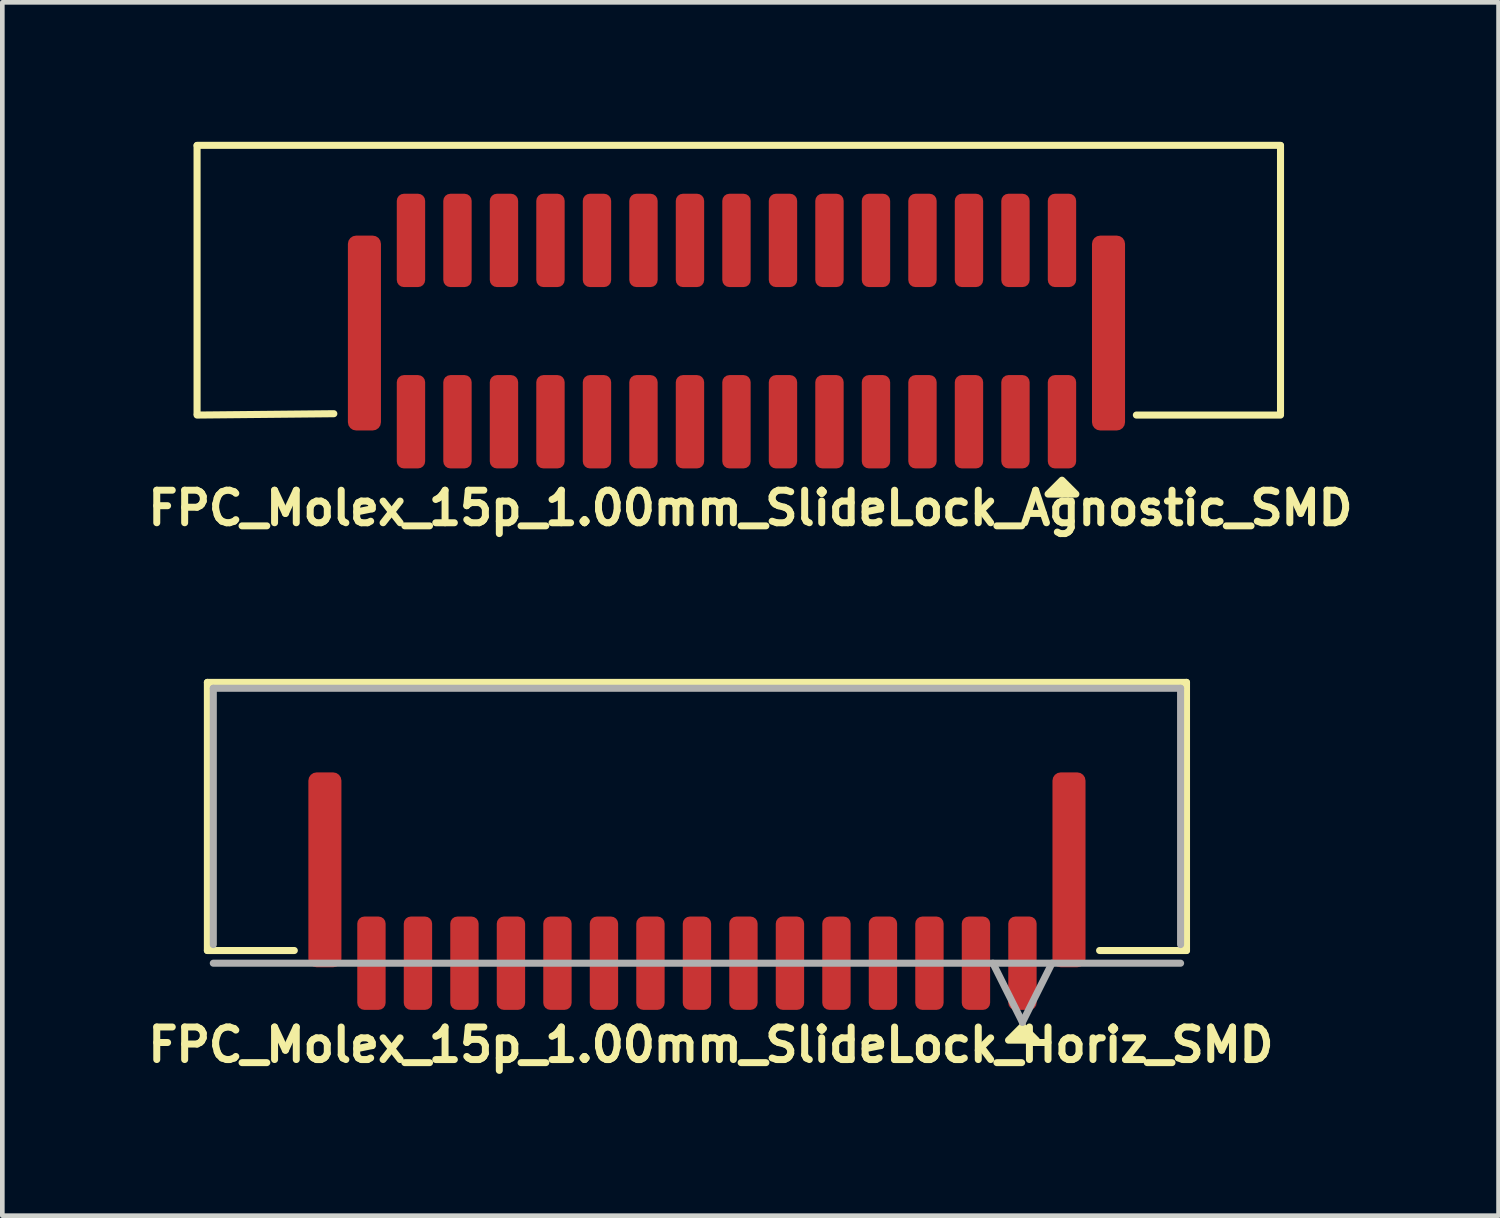
<source format=kicad_pcb>
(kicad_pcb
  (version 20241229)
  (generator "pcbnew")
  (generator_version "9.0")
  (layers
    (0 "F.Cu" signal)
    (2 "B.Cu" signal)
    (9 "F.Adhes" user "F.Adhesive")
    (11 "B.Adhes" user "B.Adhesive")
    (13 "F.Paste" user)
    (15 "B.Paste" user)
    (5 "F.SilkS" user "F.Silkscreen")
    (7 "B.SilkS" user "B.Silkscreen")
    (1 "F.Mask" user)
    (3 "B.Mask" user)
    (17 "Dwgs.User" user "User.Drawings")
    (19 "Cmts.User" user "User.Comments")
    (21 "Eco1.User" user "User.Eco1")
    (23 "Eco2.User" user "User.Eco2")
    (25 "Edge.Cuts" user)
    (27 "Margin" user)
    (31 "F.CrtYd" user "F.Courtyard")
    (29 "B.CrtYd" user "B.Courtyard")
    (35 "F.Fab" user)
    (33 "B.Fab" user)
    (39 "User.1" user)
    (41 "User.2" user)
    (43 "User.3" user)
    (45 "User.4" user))
  (footprint "FPC_Molex_15p_1.00mm_SlideLock_Horiz_SMD"
    (layer "F.Cu")
    (at 11.938 15.12)
    (property "Reference" "FPC_Molex_15p_1.00mm_SlideLock_Horiz_SMD" (at 0.3 4.3 0) (layer "F.SilkS") (effects (font (size 0.7 0.7) (thickness 0.15))))
    (attr smd)
    (fp_line (start -10.528 -3.495) (end -10.528 2.271) (stroke (width 0.152) (type solid)) (layer "F.SilkS"))
    (fp_line (start -10.528 2.271) (end -8.659 2.271) (stroke (width 0.152) (type solid)) (layer "F.SilkS"))
    (fp_line (start 8.659 2.271) (end 10.528 2.271) (stroke (width 0.152) (type solid)) (layer "F.SilkS"))
    (fp_line (start 10.528 -3.495) (end -10.528 -3.495) (stroke (width 0.152) (type solid)) (layer "F.SilkS"))
    (fp_line (start 10.528 2.271) (end 10.528 -3.495) (stroke (width 0.152) (type solid)) (layer "F.SilkS"))
    (fp_poly (pts (xy 7 3.9) (xy 6.7 4.2) (xy 7.3 4.2)) (stroke (width 0.15) (type solid)) (fill yes) (layer "F.SilkS"))
    (fp_line (start -10.401 -3.368) (end -10.401 2.144) (stroke (width 0.152) (type solid)) (layer "F.Fab"))
    (fp_line (start -10.401 2.544) (end 10.401 2.544) (stroke (width 0.152) (type solid)) (layer "F.Fab"))
    (fp_line (start 6.365 2.544) (end 7 3.814) (stroke (width 0.152) (type solid)) (layer "F.Fab"))
    (fp_line (start 7.635 2.544) (end 7 3.814) (stroke (width 0.152) (type solid)) (layer "F.Fab"))
    (fp_line (start 10.401 -3.368) (end -10.401 -3.368) (stroke (width 0.152) (type solid)) (layer "F.Fab"))
    (fp_line (start 10.401 2.144) (end 10.401 -3.368) (stroke (width 0.152) (type solid)) (layer "F.Fab"))
    (pad "1" smd roundrect (at 7 2.544 90) (size 2.007 0.61) (layers "F.Cu" "F.Mask" "F.Paste") (roundrect_rratio 0.25))
    (pad "2" smd roundrect (at 6 2.544 90) (size 2.007 0.61) (layers "F.Cu" "F.Mask" "F.Paste") (roundrect_rratio 0.25))
    (pad "3" smd roundrect (at 5 2.544 90) (size 2.007 0.61) (layers "F.Cu" "F.Mask" "F.Paste") (roundrect_rratio 0.25))
    (pad "4" smd roundrect (at 4 2.544 90) (size 2.007 0.61) (layers "F.Cu" "F.Mask" "F.Paste") (roundrect_rratio 0.25))
    (pad "5" smd roundrect (at 3 2.544 90) (size 2.007 0.61) (layers "F.Cu" "F.Mask" "F.Paste") (roundrect_rratio 0.25))
    (pad "6" smd roundrect (at 2 2.544 90) (size 2.007 0.61) (layers "F.Cu" "F.Mask" "F.Paste") (roundrect_rratio 0.25))
    (pad "7" smd roundrect (at 1 2.544 90) (size 2.007 0.61) (layers "F.Cu" "F.Mask" "F.Paste") (roundrect_rratio 0.25))
    (pad "8" smd roundrect (at 0 2.544 90) (size 2.007 0.61) (layers "F.Cu" "F.Mask" "F.Paste") (roundrect_rratio 0.25))
    (pad "9" smd roundrect (at -1 2.544 90) (size 2.007 0.61) (layers "F.Cu" "F.Mask" "F.Paste") (roundrect_rratio 0.25))
    (pad "10" smd roundrect (at -2 2.544 90) (size 2.007 0.61) (layers "F.Cu" "F.Mask" "F.Paste") (roundrect_rratio 0.25))
    (pad "11" smd roundrect (at -3 2.544 90) (size 2.007 0.61) (layers "F.Cu" "F.Mask" "F.Paste") (roundrect_rratio 0.25))
    (pad "12" smd roundrect (at -4 2.544 90) (size 2.007 0.61) (layers "F.Cu" "F.Mask" "F.Paste") (roundrect_rratio 0.25))
    (pad "13" smd roundrect (at -5 2.544 90) (size 2.007 0.61) (layers "F.Cu" "F.Mask" "F.Paste") (roundrect_rratio 0.25))
    (pad "14" smd roundrect (at -6 2.544 90) (size 2.007 0.61) (layers "F.Cu" "F.Mask" "F.Paste") (roundrect_rratio 0.25))
    (pad "15" smd roundrect (at -7 2.544 90) (size 2.007 0.61) (layers "F.Cu" "F.Mask" "F.Paste") (roundrect_rratio 0.25))
    (pad "16" smd roundrect (at -8.001 0.536) (size 0.711 4.191) (layers "F.Cu" "F.Mask" "F.Paste") (roundrect_rratio 0.25))
    (pad "16" smd roundrect (at 8.001 0.536) (size 0.711 4.191) (layers "F.Cu" "F.Mask" "F.Paste") (roundrect_rratio 0.25)))
  (footprint "FPC_Molex_15p_1.00mm_SlideLock_Agnostic_SMD"
    (layer "F.Cu")
    (at 12.788 3.576)
    (property "Reference" "FPC_Molex_15p_1.00mm_SlideLock_Agnostic_SMD" (at 0.3 4.3 0) (layer "F.SilkS") (effects (font (size 0.7 0.7) (thickness 0.15))))
    (attr smd)
    (fp_line (start -11.6 -3.495) (end -11.6 2.271) (stroke (width 0.152) (type solid)) (layer "F.SilkS"))
    (fp_line (start -11.6 2.3) (end -8.659 2.271) (stroke (width 0.152) (type solid)) (layer "F.SilkS"))
    (fp_line (start 8.6 2.3) (end 11.7 2.3) (stroke (width 0.152) (type solid)) (layer "F.SilkS"))
    (fp_line (start 11.7 -3.5) (end -11.6 -3.5) (stroke (width 0.152) (type solid)) (layer "F.SilkS"))
    (fp_line (start 11.7 2.271) (end 11.7 -3.495) (stroke (width 0.152) (type solid)) (layer "F.SilkS"))
    (fp_poly (pts (xy 7 3.7) (xy 6.7 4) (xy 7.3 4)) (stroke (width 0.15) (type solid)) (fill yes) (layer "F.SilkS"))
    (pad "1" smd roundrect (at 7 -1.456 90) (size 2.007 0.61) (layers "F.Cu" "F.Mask" "F.Paste") (roundrect_rratio 0.25))
    (pad "1" smd roundrect (at 7 2.444 90) (size 2.007 0.61) (layers "F.Cu" "F.Mask" "F.Paste") (roundrect_rratio 0.25))
    (pad "2" smd roundrect (at 6 -1.456 90) (size 2.007 0.61) (layers "F.Cu" "F.Mask" "F.Paste") (roundrect_rratio 0.25))
    (pad "2" smd roundrect (at 6 2.444 90) (size 2.007 0.61) (layers "F.Cu" "F.Mask" "F.Paste") (roundrect_rratio 0.25))
    (pad "3" smd roundrect (at 5 -1.456 90) (size 2.007 0.61) (layers "F.Cu" "F.Mask" "F.Paste") (roundrect_rratio 0.25))
    (pad "3" smd roundrect (at 5 2.444 90) (size 2.007 0.61) (layers "F.Cu" "F.Mask" "F.Paste") (roundrect_rratio 0.25))
    (pad "4" smd roundrect (at 4 -1.456 90) (size 2.007 0.61) (layers "F.Cu" "F.Mask" "F.Paste") (roundrect_rratio 0.25))
    (pad "4" smd roundrect (at 4 2.444 90) (size 2.007 0.61) (layers "F.Cu" "F.Mask" "F.Paste") (roundrect_rratio 0.25))
    (pad "5" smd roundrect (at 3 -1.456 90) (size 2.007 0.61) (layers "F.Cu" "F.Mask" "F.Paste") (roundrect_rratio 0.25))
    (pad "5" smd roundrect (at 3 2.444 90) (size 2.007 0.61) (layers "F.Cu" "F.Mask" "F.Paste") (roundrect_rratio 0.25))
    (pad "6" smd roundrect (at 2 -1.456 90) (size 2.007 0.61) (layers "F.Cu" "F.Mask" "F.Paste") (roundrect_rratio 0.25))
    (pad "6" smd roundrect (at 2 2.444 90) (size 2.007 0.61) (layers "F.Cu" "F.Mask" "F.Paste") (roundrect_rratio 0.25))
    (pad "7" smd roundrect (at 1 -1.456 90) (size 2.007 0.61) (layers "F.Cu" "F.Mask" "F.Paste") (roundrect_rratio 0.25))
    (pad "7" smd roundrect (at 1 2.444 90) (size 2.007 0.61) (layers "F.Cu" "F.Mask" "F.Paste") (roundrect_rratio 0.25))
    (pad "8" smd roundrect (at 0 -1.456 90) (size 2.007 0.61) (layers "F.Cu" "F.Mask" "F.Paste") (roundrect_rratio 0.25))
    (pad "8" smd roundrect (at 0 2.444 90) (size 2.007 0.61) (layers "F.Cu" "F.Mask" "F.Paste") (roundrect_rratio 0.25))
    (pad "9" smd roundrect (at -1 -1.456 90) (size 2.007 0.61) (layers "F.Cu" "F.Mask" "F.Paste") (roundrect_rratio 0.25))
    (pad "9" smd roundrect (at -1 2.444 90) (size 2.007 0.61) (layers "F.Cu" "F.Mask" "F.Paste") (roundrect_rratio 0.25))
    (pad "10" smd roundrect (at -2 -1.456 90) (size 2.007 0.61) (layers "F.Cu" "F.Mask" "F.Paste") (roundrect_rratio 0.25))
    (pad "10" smd roundrect (at -2 2.444 90) (size 2.007 0.61) (layers "F.Cu" "F.Mask" "F.Paste") (roundrect_rratio 0.25))
    (pad "11" smd roundrect (at -3 -1.456 90) (size 2.007 0.61) (layers "F.Cu" "F.Mask" "F.Paste") (roundrect_rratio 0.25))
    (pad "11" smd roundrect (at -3 2.444 90) (size 2.007 0.61) (layers "F.Cu" "F.Mask" "F.Paste") (roundrect_rratio 0.25))
    (pad "12" smd roundrect (at -4 -1.456 90) (size 2.007 0.61) (layers "F.Cu" "F.Mask" "F.Paste") (roundrect_rratio 0.25))
    (pad "12" smd roundrect (at -4 2.444 90) (size 2.007 0.61) (layers "F.Cu" "F.Mask" "F.Paste") (roundrect_rratio 0.25))
    (pad "13" smd roundrect (at -5 -1.456 90) (size 2.007 0.61) (layers "F.Cu" "F.Mask" "F.Paste") (roundrect_rratio 0.25))
    (pad "13" smd roundrect (at -5 2.444 90) (size 2.007 0.61) (layers "F.Cu" "F.Mask" "F.Paste") (roundrect_rratio 0.25))
    (pad "14" smd roundrect (at -6 -1.456 90) (size 2.007 0.61) (layers "F.Cu" "F.Mask" "F.Paste") (roundrect_rratio 0.25))
    (pad "14" smd roundrect (at -6 2.444 90) (size 2.007 0.61) (layers "F.Cu" "F.Mask" "F.Paste") (roundrect_rratio 0.25))
    (pad "15" smd roundrect (at -7 -1.456 90) (size 2.007 0.61) (layers "F.Cu" "F.Mask" "F.Paste") (roundrect_rratio 0.25))
    (pad "15" smd roundrect (at -7 2.444 90) (size 2.007 0.61) (layers "F.Cu" "F.Mask" "F.Paste") (roundrect_rratio 0.25))
    (pad "16" smd roundrect (at -8.001 0.536) (size 0.711 4.191) (layers "F.Cu" "F.Mask" "F.Paste") (roundrect_rratio 0.25))
    (pad "16" smd roundrect (at 8.001 0.536) (size 0.711 4.191) (layers "F.Cu" "F.Mask" "F.Paste") (roundrect_rratio 0.25)))
  (gr_rect
    (start -3 -3)
    (end 29.177 23.093)
    (stroke (width 0.1) (type default))
    (fill no)
    (layer "Edge.Cuts")))
</source>
